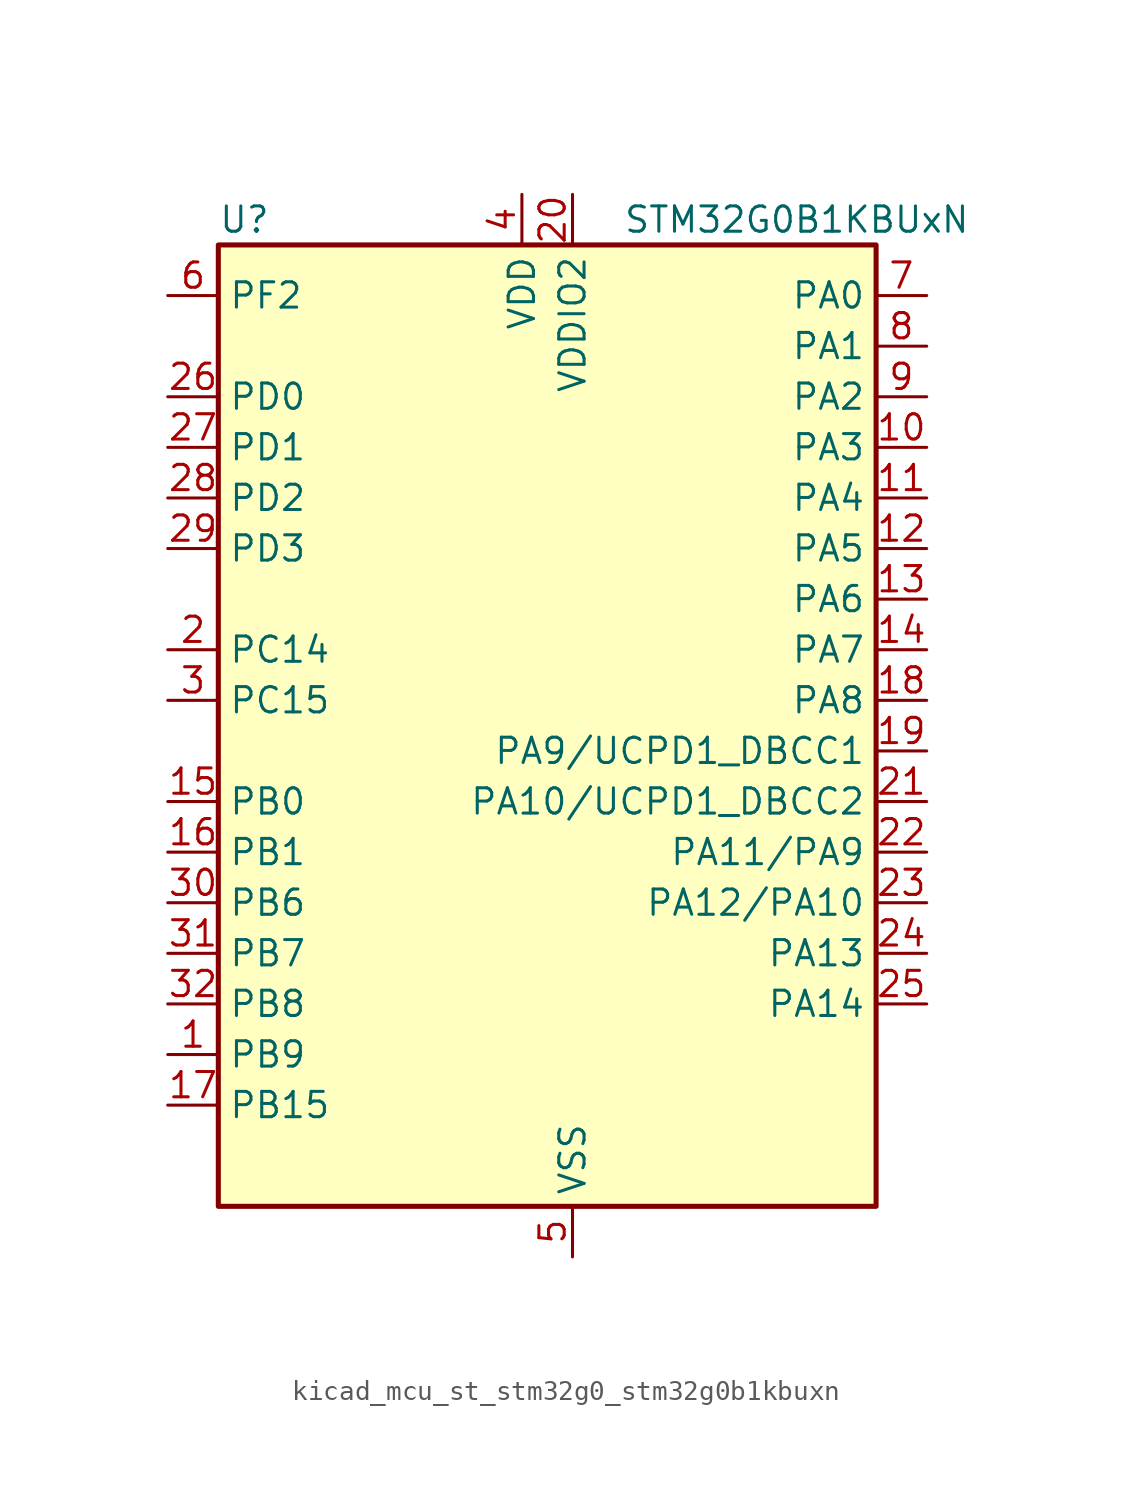
<source format=kicad_sym>
(kicad_symbol_lib
  (version 20220914)
  (generator kicad_symbol_editor)
  (symbol "kicad_mcu_st_stm32g0_stm32g0b1kbuxn"
    (property "Reference" "U"
      (at -15.24 26.67 0)
      (effects (font (size 1.27 1.27)) (justify left)))
    (property "Value" "STM32G0B1KBUxN"
      (at 5.08 26.67 0)
      (effects (font (size 1.27 1.27)) (justify left)))
    (property "ki_locked" ""
      (at 0 0 0)
      (effects (font (size 1.27 1.27))))
    (symbol "kicad_mcu_st_stm32g0_stm32g0b1kbuxn_0_1"
      (rectangle (start -15.24 -22.86) (end 17.78 25.4) (stroke (width 0.254) (type default)) (fill (type background))))
    (symbol "kicad_mcu_st_stm32g0_stm32g0b1kbuxn_1_1"
      (pin bidirectional line (at -17.78 -15.24 0) (length 2.54) (name "PB9" (effects (font (size 1.27 1.27)))) (number "1" (effects (font (size 1.27 1.27)))) (alternate "DAC1_EXTI9" bidirectional line) (alternate "FDCAN1_TX" bidirectional line) (alternate "I2C1_SDA" bidirectional line) (alternate "I2S2_WS" bidirectional line) (alternate "IR_OUT" bidirectional line) (alternate "SPI2_NSS" bidirectional line) (alternate "TIM17_CH1" bidirectional line) (alternate "TIM4_CH4" bidirectional line) (alternate "UCPD2_FRSTX1" bidirectional line) (alternate "UCPD2_FRSTX2" bidirectional line) (alternate "USART3_RX" bidirectional line) (alternate "USART6_RX" bidirectional line))
      (pin bidirectional line (at 20.32 15.24 180) (length 2.54) (name "PA3" (effects (font (size 1.27 1.27)))) (number "10" (effects (font (size 1.27 1.27)))) (alternate "ADC1_IN3" bidirectional line) (alternate "COMP2_INP" bidirectional line) (alternate "I2S2_MCK" bidirectional line) (alternate "LPUART1_RX" bidirectional line) (alternate "SPI2_MISO" bidirectional line) (alternate "TIM15_CH2" bidirectional line) (alternate "TIM2_CH4" bidirectional line) (alternate "UCPD2_FRSTX1" bidirectional line) (alternate "UCPD2_FRSTX2" bidirectional line) (alternate "USART2_RX" bidirectional line))
      (pin bidirectional line (at 20.32 12.7 180) (length 2.54) (name "PA4" (effects (font (size 1.27 1.27)))) (number "11" (effects (font (size 1.27 1.27)))) (alternate "ADC1_IN4" bidirectional line) (alternate "DAC1_OUT1" bidirectional line) (alternate "I2S1_WS" bidirectional line) (alternate "I2S2_SD" bidirectional line) (alternate "LPTIM2_OUT" bidirectional line) (alternate "RTC_OUT1" bidirectional line) (alternate "RTC_TAMP_IN1" bidirectional line) (alternate "RTC_TS" bidirectional line) (alternate "SPI1_NSS" bidirectional line) (alternate "SPI2_MOSI" bidirectional line) (alternate "SYS_WKUP2" bidirectional line) (alternate "TIM14_CH1" bidirectional line) (alternate "UCPD2_FRSTX1" bidirectional line) (alternate "UCPD2_FRSTX2" bidirectional line) (alternate "USART6_TX" bidirectional line) (alternate "USB_NOE" bidirectional line))
      (pin bidirectional line (at 20.32 10.16 180) (length 2.54) (name "PA5" (effects (font (size 1.27 1.27)))) (number "12" (effects (font (size 1.27 1.27)))) (alternate "ADC1_IN5" bidirectional line) (alternate "CEC" bidirectional line) (alternate "DAC1_OUT2" bidirectional line) (alternate "I2S1_CK" bidirectional line) (alternate "LPTIM2_ETR" bidirectional line) (alternate "SPI1_SCK" bidirectional line) (alternate "TIM2_CH1" bidirectional line) (alternate "TIM2_ETR" bidirectional line) (alternate "UCPD1_FRSTX1" bidirectional line) (alternate "UCPD1_FRSTX2" bidirectional line) (alternate "USART3_TX" bidirectional line) (alternate "USART6_RX" bidirectional line))
      (pin bidirectional line (at 20.32 7.62 180) (length 2.54) (name "PA6" (effects (font (size 1.27 1.27)))) (number "13" (effects (font (size 1.27 1.27)))) (alternate "ADC1_IN6" bidirectional line) (alternate "COMP1_OUT" bidirectional line) (alternate "I2C2_SDA" bidirectional line) (alternate "I2C3_SDA" bidirectional line) (alternate "I2S1_MCK" bidirectional line) (alternate "LPUART1_CTS" bidirectional line) (alternate "SPI1_MISO" bidirectional line) (alternate "TIM16_CH1" bidirectional line) (alternate "TIM1_BK" bidirectional line) (alternate "TIM3_CH1" bidirectional line) (alternate "USART3_CTS" bidirectional line) (alternate "USART3_NSS" bidirectional line) (alternate "USART6_CTS" bidirectional line) (alternate "USART6_NSS" bidirectional line))
      (pin bidirectional line (at 20.32 5.08 180) (length 2.54) (name "PA7" (effects (font (size 1.27 1.27)))) (number "14" (effects (font (size 1.27 1.27)))) (alternate "ADC1_IN7" bidirectional line) (alternate "COMP2_OUT" bidirectional line) (alternate "I2C2_SCL" bidirectional line) (alternate "I2C3_SCL" bidirectional line) (alternate "I2S1_SD" bidirectional line) (alternate "SPI1_MOSI" bidirectional line) (alternate "TIM14_CH1" bidirectional line) (alternate "TIM17_CH1" bidirectional line) (alternate "TIM1_CH1N" bidirectional line) (alternate "TIM3_CH2" bidirectional line) (alternate "UCPD1_FRSTX1" bidirectional line) (alternate "UCPD1_FRSTX2" bidirectional line) (alternate "USART6_CK" bidirectional line) (alternate "USART6_DE" bidirectional line) (alternate "USART6_RTS" bidirectional line))
      (pin bidirectional line (at -17.78 -2.54 0) (length 2.54) (name "PB0" (effects (font (size 1.27 1.27)))) (number "15" (effects (font (size 1.27 1.27)))) (alternate "ADC1_IN8" bidirectional line) (alternate "COMP1_OUT" bidirectional line) (alternate "COMP3_INP" bidirectional line) (alternate "FDCAN2_RX" bidirectional line) (alternate "I2S1_WS" bidirectional line) (alternate "LPTIM1_OUT" bidirectional line) (alternate "LPUART2_CTS" bidirectional line) (alternate "SPI1_NSS" bidirectional line) (alternate "TIM1_CH2N" bidirectional line) (alternate "TIM3_CH3" bidirectional line) (alternate "UCPD1_FRSTX1" bidirectional line) (alternate "UCPD1_FRSTX2" bidirectional line) (alternate "USART3_RX" bidirectional line) (alternate "USART5_TX" bidirectional line))
      (pin bidirectional line (at -17.78 -5.08 0) (length 2.54) (name "PB1" (effects (font (size 1.27 1.27)))) (number "16" (effects (font (size 1.27 1.27)))) (alternate "ADC1_IN9" bidirectional line) (alternate "COMP1_INM" bidirectional line) (alternate "COMP3_OUT" bidirectional line) (alternate "FDCAN2_TX" bidirectional line) (alternate "LPTIM2_IN1" bidirectional line) (alternate "LPUART1_DE" bidirectional line) (alternate "LPUART1_RTS" bidirectional line) (alternate "LPUART2_DE" bidirectional line) (alternate "LPUART2_RTS" bidirectional line) (alternate "TIM14_CH1" bidirectional line) (alternate "TIM1_CH3N" bidirectional line) (alternate "TIM3_CH4" bidirectional line) (alternate "USART3_CK" bidirectional line) (alternate "USART3_DE" bidirectional line) (alternate "USART3_RTS" bidirectional line) (alternate "USART5_RX" bidirectional line))
      (pin bidirectional line (at -17.78 -17.78 0) (length 2.54) (name "PB15" (effects (font (size 1.27 1.27)))) (number "17" (effects (font (size 1.27 1.27)))) (alternate "I2S2_SD" bidirectional line) (alternate "RTC_REFIN" bidirectional line) (alternate "SPI2_MOSI" bidirectional line) (alternate "TIM15_CH1N" bidirectional line) (alternate "TIM15_CH2" bidirectional line) (alternate "TIM1_CH3N" bidirectional line) (alternate "UCPD1_CC2" bidirectional line) (alternate "USART6_CTS" bidirectional line) (alternate "USART6_NSS" bidirectional line))
      (pin bidirectional line (at 20.32 2.54 180) (length 2.54) (name "PA8" (effects (font (size 1.27 1.27)))) (number "18" (effects (font (size 1.27 1.27)))) (alternate "CRS1_SYNC" bidirectional line) (alternate "I2C2_SMBA" bidirectional line) (alternate "I2S2_WS" bidirectional line) (alternate "LPTIM2_OUT" bidirectional line) (alternate "RCC_MCO" bidirectional line) (alternate "SPI2_NSS" bidirectional line) (alternate "TIM1_CH1" bidirectional line) (alternate "UCPD1_CC1" bidirectional line))
      (pin bidirectional line (at 20.32 0 180) (length 2.54) (name "PA9/UCPD1_DBCC1" (effects (font (size 1.27 1.27)))) (number "19" (effects (font (size 1.27 1.27)))) (alternate "DAC1_EXTI9" bidirectional line) (alternate "I2C1_SCL" bidirectional line) (alternate "I2C2_SCL" bidirectional line) (alternate "I2S2_MCK" bidirectional line) (alternate "RCC_MCO" bidirectional line) (alternate "SPI2_MISO" bidirectional line) (alternate "TIM15_BK" bidirectional line) (alternate "TIM1_CH2" bidirectional line) (alternate "UCPD1_DBCC1" bidirectional line) (alternate "USART1_TX" bidirectional line))
      (pin bidirectional line (at -17.78 5.08 0) (length 2.54) (name "PC14" (effects (font (size 1.27 1.27)))) (number "2" (effects (font (size 1.27 1.27)))) (alternate "RCC_OSC32_IN" bidirectional line) (alternate "RCC_OSC_IN" bidirectional line) (alternate "TIM1_BK2" bidirectional line))
      (pin power_in line (at 2.54 27.94 270) (length 2.54) (name "VDDIO2" (effects (font (size 1.27 1.27)))) (number "20" (effects (font (size 1.27 1.27)))))
      (pin bidirectional line (at 20.32 -2.54 180) (length 2.54) (name "PA10/UCPD1_DBCC2" (effects (font (size 1.27 1.27)))) (number "21" (effects (font (size 1.27 1.27)))) (alternate "I2C1_SDA" bidirectional line) (alternate "I2C2_SDA" bidirectional line) (alternate "I2S2_SD" bidirectional line) (alternate "RCC_MCO_2" bidirectional line) (alternate "SPI2_MOSI" bidirectional line) (alternate "TIM17_BK" bidirectional line) (alternate "TIM1_CH3" bidirectional line) (alternate "UCPD1_DBCC2" bidirectional line) (alternate "USART1_RX" bidirectional line))
      (pin bidirectional line (at 20.32 -5.08 180) (length 2.54) (name "PA11/PA9" (effects (font (size 1.27 1.27)))) (number "22" (effects (font (size 1.27 1.27)))) (alternate "ADC1_EXTI11" bidirectional line) (alternate "COMP1_OUT" bidirectional line) (alternate "FDCAN1_RX" bidirectional line) (alternate "I2C2_SCL" bidirectional line) (alternate "I2S1_MCK" bidirectional line) (alternate "SPI1_MISO" bidirectional line) (alternate "TIM1_BK2" bidirectional line) (alternate "TIM1_CH4" bidirectional line) (alternate "USART1_CTS" bidirectional line) (alternate "USART1_NSS" bidirectional line) (alternate "USB_DM" bidirectional line))
      (pin bidirectional line (at 20.32 -7.62 180) (length 2.54) (name "PA12/PA10" (effects (font (size 1.27 1.27)))) (number "23" (effects (font (size 1.27 1.27)))) (alternate "COMP2_OUT" bidirectional line) (alternate "FDCAN1_TX" bidirectional line) (alternate "I2C2_SDA" bidirectional line) (alternate "I2S1_SD" bidirectional line) (alternate "I2S_CKIN" bidirectional line) (alternate "SPI1_MOSI" bidirectional line) (alternate "TIM1_ETR" bidirectional line) (alternate "USART1_CK" bidirectional line) (alternate "USART1_DE" bidirectional line) (alternate "USART1_RTS" bidirectional line) (alternate "USB_DP" bidirectional line))
      (pin bidirectional line (at 20.32 -10.16 180) (length 2.54) (name "PA13" (effects (font (size 1.27 1.27)))) (number "24" (effects (font (size 1.27 1.27)))) (alternate "IR_OUT" bidirectional line) (alternate "LPUART2_RX" bidirectional line) (alternate "SYS_SWDIO" bidirectional line) (alternate "USB_NOE" bidirectional line))
      (pin bidirectional line (at 20.32 -12.7 180) (length 2.54) (name "PA14" (effects (font (size 1.27 1.27)))) (number "25" (effects (font (size 1.27 1.27)))) (alternate "LPUART2_TX" bidirectional line) (alternate "SYS_SWCLK" bidirectional line) (alternate "USART2_TX" bidirectional line))
      (pin bidirectional line (at -17.78 17.78 0) (length 2.54) (name "PD0" (effects (font (size 1.27 1.27)))) (number "26" (effects (font (size 1.27 1.27)))) (alternate "FDCAN1_RX" bidirectional line) (alternate "I2S2_WS" bidirectional line) (alternate "SPI2_NSS" bidirectional line) (alternate "TIM16_CH1" bidirectional line) (alternate "UCPD2_CC1" bidirectional line))
      (pin bidirectional line (at -17.78 15.24 0) (length 2.54) (name "PD1" (effects (font (size 1.27 1.27)))) (number "27" (effects (font (size 1.27 1.27)))) (alternate "FDCAN1_TX" bidirectional line) (alternate "I2S2_CK" bidirectional line) (alternate "SPI2_SCK" bidirectional line) (alternate "TIM17_CH1" bidirectional line) (alternate "UCPD2_DBCC1" bidirectional line))
      (pin bidirectional line (at -17.78 12.7 0) (length 2.54) (name "PD2" (effects (font (size 1.27 1.27)))) (number "28" (effects (font (size 1.27 1.27)))) (alternate "TIM1_CH1N" bidirectional line) (alternate "TIM3_ETR" bidirectional line) (alternate "UCPD2_CC2" bidirectional line) (alternate "USART3_CK" bidirectional line) (alternate "USART3_DE" bidirectional line) (alternate "USART3_RTS" bidirectional line) (alternate "USART5_RX" bidirectional line))
      (pin bidirectional line (at -17.78 10.16 0) (length 2.54) (name "PD3" (effects (font (size 1.27 1.27)))) (number "29" (effects (font (size 1.27 1.27)))) (alternate "I2S2_MCK" bidirectional line) (alternate "SPI2_MISO" bidirectional line) (alternate "TIM1_CH2N" bidirectional line) (alternate "UCPD2_DBCC2" bidirectional line) (alternate "USART2_CTS" bidirectional line) (alternate "USART2_NSS" bidirectional line) (alternate "USART5_TX" bidirectional line))
      (pin bidirectional line (at -17.78 2.54 0) (length 2.54) (name "PC15" (effects (font (size 1.27 1.27)))) (number "3" (effects (font (size 1.27 1.27)))) (alternate "RCC_OSC32_EN" bidirectional line) (alternate "RCC_OSC32_OUT" bidirectional line) (alternate "RCC_OSC_EN" bidirectional line) (alternate "TIM15_BK" bidirectional line))
      (pin bidirectional line (at -17.78 -7.62 0) (length 2.54) (name "PB6" (effects (font (size 1.27 1.27)))) (number "30" (effects (font (size 1.27 1.27)))) (alternate "COMP2_INP" bidirectional line) (alternate "FDCAN2_TX" bidirectional line) (alternate "I2C1_SCL" bidirectional line) (alternate "I2S2_MCK" bidirectional line) (alternate "LPTIM1_ETR" bidirectional line) (alternate "LPUART2_TX" bidirectional line) (alternate "SPI2_MISO" bidirectional line) (alternate "TIM16_CH1N" bidirectional line) (alternate "TIM1_CH3" bidirectional line) (alternate "TIM4_CH1" bidirectional line) (alternate "USART1_TX" bidirectional line) (alternate "USART5_CTS" bidirectional line) (alternate "USART5_NSS" bidirectional line))
      (pin bidirectional line (at -17.78 -10.16 0) (length 2.54) (name "PB7" (effects (font (size 1.27 1.27)))) (number "31" (effects (font (size 1.27 1.27)))) (alternate "COMP2_INM" bidirectional line) (alternate "I2C1_SDA" bidirectional line) (alternate "I2S2_SD" bidirectional line) (alternate "LPTIM1_IN2" bidirectional line) (alternate "LPUART2_RX" bidirectional line) (alternate "SPI2_MOSI" bidirectional line) (alternate "SYS_PVD_IN" bidirectional line) (alternate "TIM17_CH1N" bidirectional line) (alternate "TIM4_CH2" bidirectional line) (alternate "USART1_RX" bidirectional line) (alternate "USART4_CTS" bidirectional line) (alternate "USART4_NSS" bidirectional line))
      (pin bidirectional line (at -17.78 -12.7 0) (length 2.54) (name "PB8" (effects (font (size 1.27 1.27)))) (number "32" (effects (font (size 1.27 1.27)))) (alternate "CEC" bidirectional line) (alternate "FDCAN1_RX" bidirectional line) (alternate "I2C1_SCL" bidirectional line) (alternate "I2S2_CK" bidirectional line) (alternate "SPI2_SCK" bidirectional line) (alternate "TIM15_BK" bidirectional line) (alternate "TIM16_CH1" bidirectional line) (alternate "TIM4_CH3" bidirectional line) (alternate "USART3_TX" bidirectional line) (alternate "USART6_TX" bidirectional line))
      (pin passive line (at 2.54 -25.4 90) (length 2.54) hide (name "VSS" (effects (font (size 1.27 1.27)))) (number "33" (effects (font (size 1.27 1.27)))))
      (pin power_in line (at 0 27.94 270) (length 2.54) (name "VDD" (effects (font (size 1.27 1.27)))) (number "4" (effects (font (size 1.27 1.27)))))
      (pin power_in line (at 2.54 -25.4 90) (length 2.54) (name "VSS" (effects (font (size 1.27 1.27)))) (number "5" (effects (font (size 1.27 1.27)))))
      (pin bidirectional line (at -17.78 22.86 0) (length 2.54) (name "PF2" (effects (font (size 1.27 1.27)))) (number "6" (effects (font (size 1.27 1.27)))) (alternate "LPUART2_DE" bidirectional line) (alternate "LPUART2_RTS" bidirectional line) (alternate "LPUART2_TX" bidirectional line) (alternate "RCC_MCO" bidirectional line))
      (pin bidirectional line (at 20.32 22.86 180) (length 2.54) (name "PA0" (effects (font (size 1.27 1.27)))) (number "7" (effects (font (size 1.27 1.27)))) (alternate "ADC1_IN0" bidirectional line) (alternate "COMP1_INM" bidirectional line) (alternate "COMP1_OUT" bidirectional line) (alternate "I2S2_CK" bidirectional line) (alternate "LPTIM1_OUT" bidirectional line) (alternate "RTC_TAMP_IN2" bidirectional line) (alternate "SPI2_SCK" bidirectional line) (alternate "SYS_WKUP1" bidirectional line) (alternate "TIM2_CH1" bidirectional line) (alternate "TIM2_ETR" bidirectional line) (alternate "UCPD2_FRSTX1" bidirectional line) (alternate "UCPD2_FRSTX2" bidirectional line) (alternate "USART2_CTS" bidirectional line) (alternate "USART2_NSS" bidirectional line) (alternate "USART4_TX" bidirectional line))
      (pin bidirectional line (at 20.32 20.32 180) (length 2.54) (name "PA1" (effects (font (size 1.27 1.27)))) (number "8" (effects (font (size 1.27 1.27)))) (alternate "ADC1_IN1" bidirectional line) (alternate "COMP1_INP" bidirectional line) (alternate "I2C1_SMBA" bidirectional line) (alternate "I2S1_CK" bidirectional line) (alternate "SPI1_SCK" bidirectional line) (alternate "TIM15_CH1N" bidirectional line) (alternate "TIM2_CH2" bidirectional line) (alternate "USART2_CK" bidirectional line) (alternate "USART2_DE" bidirectional line) (alternate "USART2_RTS" bidirectional line) (alternate "USART4_RX" bidirectional line))
      (pin bidirectional line (at 20.32 17.78 180) (length 2.54) (name "PA2" (effects (font (size 1.27 1.27)))) (number "9" (effects (font (size 1.27 1.27)))) (alternate "ADC1_IN2" bidirectional line) (alternate "COMP2_INM" bidirectional line) (alternate "COMP2_OUT" bidirectional line) (alternate "I2S1_SD" bidirectional line) (alternate "LPUART1_TX" bidirectional line) (alternate "RCC_LSCO" bidirectional line) (alternate "SPI1_MOSI" bidirectional line) (alternate "SYS_WKUP4" bidirectional line) (alternate "TIM15_CH1" bidirectional line) (alternate "TIM2_CH3" bidirectional line) (alternate "UCPD1_FRSTX1" bidirectional line) (alternate "UCPD1_FRSTX2" bidirectional line) (alternate "USART2_TX" bidirectional line)))))
</source>
